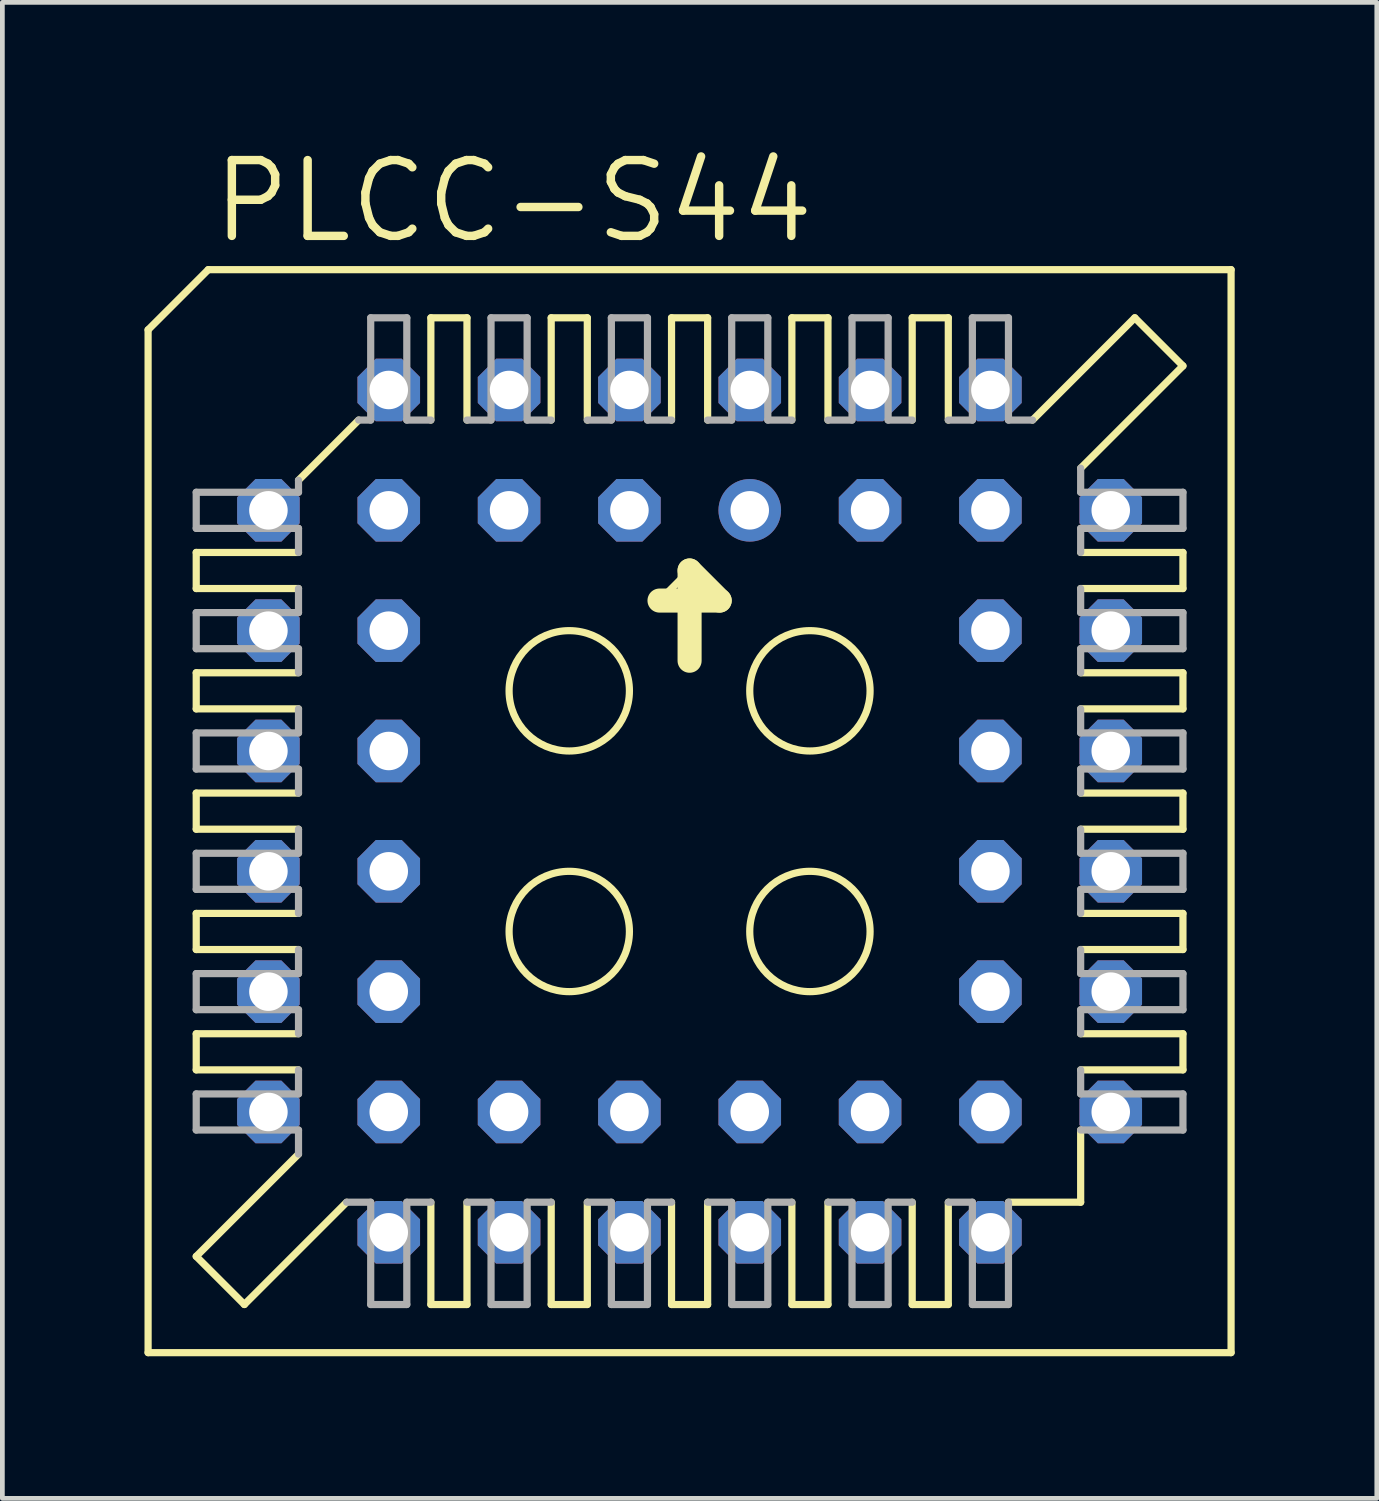
<source format=kicad_pcb>
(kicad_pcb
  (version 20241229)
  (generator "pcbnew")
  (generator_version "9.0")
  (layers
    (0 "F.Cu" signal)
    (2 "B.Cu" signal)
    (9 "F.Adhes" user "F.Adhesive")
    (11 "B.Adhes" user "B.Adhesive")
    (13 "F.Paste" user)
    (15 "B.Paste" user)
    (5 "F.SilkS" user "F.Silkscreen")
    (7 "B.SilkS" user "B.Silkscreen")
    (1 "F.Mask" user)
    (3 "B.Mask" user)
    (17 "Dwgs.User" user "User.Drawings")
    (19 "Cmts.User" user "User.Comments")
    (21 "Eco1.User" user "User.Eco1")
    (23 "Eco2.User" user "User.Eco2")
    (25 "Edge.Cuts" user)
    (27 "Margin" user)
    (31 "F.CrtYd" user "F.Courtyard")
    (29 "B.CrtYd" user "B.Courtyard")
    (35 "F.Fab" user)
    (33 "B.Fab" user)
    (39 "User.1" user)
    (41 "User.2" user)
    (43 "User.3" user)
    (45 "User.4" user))
  (footprint "PLCC-S44"
    (layer "F.Cu")
    (at 11.506 14.072)
    (property "Reference" "PLCC-S44" (at -10.16 -11.938 0) (layer "F.SilkS") (effects (font (size 1.6 1.6) (thickness 0.178)) (justify left bottom)))
    (fp_line (start -11.43 -10.16) (end -11.43 11.43) (stroke (width 0.152) (type solid)) (layer "F.SilkS"))
    (fp_line (start -10.414 -5.461) (end -10.414 -4.699) (stroke (width 0.152) (type solid)) (layer "F.SilkS"))
    (fp_line (start -10.414 -5.461) (end -8.255 -5.461) (stroke (width 0.152) (type solid)) (layer "F.SilkS"))
    (fp_line (start -10.414 -2.921) (end -10.414 -2.159) (stroke (width 0.152) (type solid)) (layer "F.SilkS"))
    (fp_line (start -10.414 -2.921) (end -8.255 -2.921) (stroke (width 0.152) (type solid)) (layer "F.SilkS"))
    (fp_line (start -10.414 0.381) (end -10.414 -0.381) (stroke (width 0.152) (type solid)) (layer "F.SilkS"))
    (fp_line (start -10.414 0.381) (end -8.255 0.381) (stroke (width 0.152) (type solid)) (layer "F.SilkS"))
    (fp_line (start -10.414 2.921) (end -10.414 2.159) (stroke (width 0.152) (type solid)) (layer "F.SilkS"))
    (fp_line (start -10.414 2.921) (end -8.255 2.921) (stroke (width 0.152) (type solid)) (layer "F.SilkS"))
    (fp_line (start -10.414 5.461) (end -10.414 4.699) (stroke (width 0.152) (type solid)) (layer "F.SilkS"))
    (fp_line (start -10.414 5.461) (end -8.255 5.461) (stroke (width 0.152) (type solid)) (layer "F.SilkS"))
    (fp_line (start -10.414 9.398) (end -8.255 7.239) (stroke (width 0.152) (type solid)) (layer "F.SilkS"))
    (fp_line (start -10.16 -11.43) (end -11.43 -10.16) (stroke (width 0.152) (type solid)) (layer "F.SilkS"))
    (fp_line (start -9.398 10.414) (end -10.414 9.398) (stroke (width 0.152) (type solid)) (layer "F.SilkS"))
    (fp_line (start -9.398 10.414) (end -7.239 8.255) (stroke (width 0.152) (type solid)) (layer "F.SilkS"))
    (fp_line (start -8.255 -6.985) (end -6.985 -8.255) (stroke (width 0.152) (type solid)) (layer "F.SilkS"))
    (fp_line (start -8.255 -4.699) (end -10.414 -4.699) (stroke (width 0.152) (type solid)) (layer "F.SilkS"))
    (fp_line (start -8.255 -2.159) (end -10.414 -2.159) (stroke (width 0.152) (type solid)) (layer "F.SilkS"))
    (fp_line (start -8.255 -0.381) (end -10.414 -0.381) (stroke (width 0.152) (type solid)) (layer "F.SilkS"))
    (fp_line (start -8.255 2.159) (end -10.414 2.159) (stroke (width 0.152) (type solid)) (layer "F.SilkS"))
    (fp_line (start -8.255 4.699) (end -10.414 4.699) (stroke (width 0.152) (type solid)) (layer "F.SilkS"))
    (fp_line (start -5.461 -8.255) (end -5.461 -10.414) (stroke (width 0.152) (type solid)) (layer "F.SilkS"))
    (fp_line (start -5.461 10.414) (end -5.461 8.255) (stroke (width 0.152) (type solid)) (layer "F.SilkS"))
    (fp_line (start -5.461 10.414) (end -4.699 10.414) (stroke (width 0.152) (type solid)) (layer "F.SilkS"))
    (fp_line (start -4.699 -10.414) (end -5.461 -10.414) (stroke (width 0.152) (type solid)) (layer "F.SilkS"))
    (fp_line (start -4.699 -10.414) (end -4.699 -8.255) (stroke (width 0.152) (type solid)) (layer "F.SilkS"))
    (fp_line (start -4.699 8.255) (end -4.699 10.414) (stroke (width 0.152) (type solid)) (layer "F.SilkS"))
    (fp_line (start -2.921 -8.255) (end -2.921 -10.414) (stroke (width 0.152) (type solid)) (layer "F.SilkS"))
    (fp_line (start -2.921 10.414) (end -2.921 8.255) (stroke (width 0.152) (type solid)) (layer "F.SilkS"))
    (fp_line (start -2.921 10.414) (end -2.159 10.414) (stroke (width 0.152) (type solid)) (layer "F.SilkS"))
    (fp_line (start -2.159 -10.414) (end -2.921 -10.414) (stroke (width 0.152) (type solid)) (layer "F.SilkS"))
    (fp_line (start -2.159 -10.414) (end -2.159 -8.255) (stroke (width 0.152) (type solid)) (layer "F.SilkS"))
    (fp_line (start -2.159 8.255) (end -2.159 10.414) (stroke (width 0.152) (type solid)) (layer "F.SilkS"))
    (fp_line (start -0.635 -4.445) (end 0 -5.08) (stroke (width 0.152) (type solid)) (layer "F.SilkS"))
    (fp_line (start -0.381 -8.255) (end -0.381 -10.414) (stroke (width 0.152) (type solid)) (layer "F.SilkS"))
    (fp_line (start -0.381 10.414) (end -0.381 8.255) (stroke (width 0.152) (type solid)) (layer "F.SilkS"))
    (fp_line (start -0.381 10.414) (end 0.381 10.414) (stroke (width 0.152) (type solid)) (layer "F.SilkS"))
    (fp_line (start 0 -5.08) (end 0 -3.175) (stroke (width 0.508) (type solid)) (layer "F.SilkS"))
    (fp_line (start 0 -5.08) (end 0.635 -4.445) (stroke (width 0.508) (type solid)) (layer "F.SilkS"))
    (fp_line (start 0.381 -10.414) (end -0.381 -10.414) (stroke (width 0.152) (type solid)) (layer "F.SilkS"))
    (fp_line (start 0.381 -10.414) (end 0.381 -8.255) (stroke (width 0.152) (type solid)) (layer "F.SilkS"))
    (fp_line (start 0.381 8.255) (end 0.381 10.414) (stroke (width 0.152) (type solid)) (layer "F.SilkS"))
    (fp_line (start 0.635 -4.445) (end -0.635 -4.445) (stroke (width 0.508) (type solid)) (layer "F.SilkS"))
    (fp_line (start 2.159 -8.255) (end 2.159 -10.414) (stroke (width 0.152) (type solid)) (layer "F.SilkS"))
    (fp_line (start 2.159 10.414) (end 2.159 8.255) (stroke (width 0.152) (type solid)) (layer "F.SilkS"))
    (fp_line (start 2.159 10.414) (end 2.921 10.414) (stroke (width 0.152) (type solid)) (layer "F.SilkS"))
    (fp_line (start 2.921 -10.414) (end 2.159 -10.414) (stroke (width 0.152) (type solid)) (layer "F.SilkS"))
    (fp_line (start 2.921 -10.414) (end 2.921 -8.255) (stroke (width 0.152) (type solid)) (layer "F.SilkS"))
    (fp_line (start 2.921 8.255) (end 2.921 10.414) (stroke (width 0.152) (type solid)) (layer "F.SilkS"))
    (fp_line (start 4.699 -8.255) (end 4.699 -10.414) (stroke (width 0.152) (type solid)) (layer "F.SilkS"))
    (fp_line (start 4.699 10.414) (end 4.699 8.255) (stroke (width 0.152) (type solid)) (layer "F.SilkS"))
    (fp_line (start 4.699 10.414) (end 5.461 10.414) (stroke (width 0.152) (type solid)) (layer "F.SilkS"))
    (fp_line (start 5.461 -10.414) (end 4.699 -10.414) (stroke (width 0.152) (type solid)) (layer "F.SilkS"))
    (fp_line (start 5.461 -10.414) (end 5.461 -8.255) (stroke (width 0.152) (type solid)) (layer "F.SilkS"))
    (fp_line (start 5.461 8.255) (end 5.461 10.414) (stroke (width 0.152) (type solid)) (layer "F.SilkS"))
    (fp_line (start 6.731 8.255) (end 8.255 8.255) (stroke (width 0.152) (type solid)) (layer "F.SilkS"))
    (fp_line (start 8.255 -4.699) (end 10.414 -4.699) (stroke (width 0.152) (type solid)) (layer "F.SilkS"))
    (fp_line (start 8.255 -2.159) (end 10.414 -2.159) (stroke (width 0.152) (type solid)) (layer "F.SilkS"))
    (fp_line (start 8.255 0.381) (end 10.414 0.381) (stroke (width 0.152) (type solid)) (layer "F.SilkS"))
    (fp_line (start 8.255 2.159) (end 10.414 2.159) (stroke (width 0.152) (type solid)) (layer "F.SilkS"))
    (fp_line (start 8.255 4.699) (end 10.414 4.699) (stroke (width 0.152) (type solid)) (layer "F.SilkS"))
    (fp_line (start 8.255 8.255) (end 8.255 6.731) (stroke (width 0.152) (type solid)) (layer "F.SilkS"))
    (fp_line (start 9.398 -10.414) (end 7.239 -8.255) (stroke (width 0.152) (type solid)) (layer "F.SilkS"))
    (fp_line (start 10.414 -9.398) (end 8.255 -7.239) (stroke (width 0.152) (type solid)) (layer "F.SilkS"))
    (fp_line (start 10.414 -9.398) (end 9.398 -10.414) (stroke (width 0.152) (type solid)) (layer "F.SilkS"))
    (fp_line (start 10.414 -5.461) (end 8.255 -5.461) (stroke (width 0.152) (type solid)) (layer "F.SilkS"))
    (fp_line (start 10.414 -5.461) (end 10.414 -4.699) (stroke (width 0.152) (type solid)) (layer "F.SilkS"))
    (fp_line (start 10.414 -2.921) (end 8.255 -2.921) (stroke (width 0.152) (type solid)) (layer "F.SilkS"))
    (fp_line (start 10.414 -2.921) (end 10.414 -2.159) (stroke (width 0.152) (type solid)) (layer "F.SilkS"))
    (fp_line (start 10.414 -0.381) (end 8.255 -0.381) (stroke (width 0.152) (type solid)) (layer "F.SilkS"))
    (fp_line (start 10.414 -0.381) (end 10.414 0.381) (stroke (width 0.152) (type solid)) (layer "F.SilkS"))
    (fp_line (start 10.414 2.921) (end 8.255 2.921) (stroke (width 0.152) (type solid)) (layer "F.SilkS"))
    (fp_line (start 10.414 2.921) (end 10.414 2.159) (stroke (width 0.152) (type solid)) (layer "F.SilkS"))
    (fp_line (start 10.414 5.461) (end 8.255 5.461) (stroke (width 0.152) (type solid)) (layer "F.SilkS"))
    (fp_line (start 10.414 5.461) (end 10.414 4.699) (stroke (width 0.152) (type solid)) (layer "F.SilkS"))
    (fp_line (start 11.43 -11.43) (end -10.16 -11.43) (stroke (width 0.152) (type solid)) (layer "F.SilkS"))
    (fp_line (start 11.43 11.43) (end -11.43 11.43) (stroke (width 0.152) (type solid)) (layer "F.SilkS"))
    (fp_line (start 11.43 11.43) (end 11.43 -11.43) (stroke (width 0.152) (type solid)) (layer "F.SilkS"))
    (fp_circle (center -2.54 -2.54) (end -1.27 -2.54) (stroke (width 0.152) (type solid)) (fill no) (layer "F.SilkS"))
    (fp_circle (center -2.54 2.54) (end -1.27 2.54) (stroke (width 0.152) (type solid)) (fill no) (layer "F.SilkS"))
    (fp_circle (center 2.54 -2.54) (end 3.81 -2.54) (stroke (width 0.152) (type solid)) (fill no) (layer "F.SilkS"))
    (fp_circle (center 2.54 2.54) (end 3.81 2.54) (stroke (width 0.152) (type solid)) (fill no) (layer "F.SilkS"))
    (fp_line (start -10.414 -6.731) (end -10.414 -5.969) (stroke (width 0.152) (type solid)) (layer "F.Fab"))
    (fp_line (start -10.414 -6.731) (end -8.255 -6.731) (stroke (width 0.152) (type solid)) (layer "F.Fab"))
    (fp_line (start -10.414 -4.191) (end -10.414 -3.429) (stroke (width 0.152) (type solid)) (layer "F.Fab"))
    (fp_line (start -10.414 -4.191) (end -8.255 -4.191) (stroke (width 0.152) (type solid)) (layer "F.Fab"))
    (fp_line (start -10.414 -0.889) (end -10.414 -1.651) (stroke (width 0.152) (type solid)) (layer "F.Fab"))
    (fp_line (start -10.414 -0.889) (end -8.255 -0.889) (stroke (width 0.152) (type solid)) (layer "F.Fab"))
    (fp_line (start -10.414 1.651) (end -10.414 0.889) (stroke (width 0.152) (type solid)) (layer "F.Fab"))
    (fp_line (start -10.414 1.651) (end -8.255 1.651) (stroke (width 0.152) (type solid)) (layer "F.Fab"))
    (fp_line (start -10.414 4.191) (end -10.414 3.429) (stroke (width 0.152) (type solid)) (layer "F.Fab"))
    (fp_line (start -10.414 4.191) (end -8.255 4.191) (stroke (width 0.152) (type solid)) (layer "F.Fab"))
    (fp_line (start -10.414 6.731) (end -10.414 5.969) (stroke (width 0.152) (type solid)) (layer "F.Fab"))
    (fp_line (start -10.414 6.731) (end -8.255 6.731) (stroke (width 0.152) (type solid)) (layer "F.Fab"))
    (fp_line (start -8.255 -6.731) (end -8.255 -6.985) (stroke (width 0.152) (type solid)) (layer "F.Fab"))
    (fp_line (start -8.255 -5.969) (end -10.414 -5.969) (stroke (width 0.152) (type solid)) (layer "F.Fab"))
    (fp_line (start -8.255 -5.969) (end -8.255 -5.461) (stroke (width 0.152) (type solid)) (layer "F.Fab"))
    (fp_line (start -8.255 -4.699) (end -8.255 -4.191) (stroke (width 0.152) (type solid)) (layer "F.Fab"))
    (fp_line (start -8.255 -3.429) (end -10.414 -3.429) (stroke (width 0.152) (type solid)) (layer "F.Fab"))
    (fp_line (start -8.255 -3.429) (end -8.255 -2.921) (stroke (width 0.152) (type solid)) (layer "F.Fab"))
    (fp_line (start -8.255 -2.159) (end -8.255 -1.651) (stroke (width 0.152) (type solid)) (layer "F.Fab"))
    (fp_line (start -8.255 -1.651) (end -10.414 -1.651) (stroke (width 0.152) (type solid)) (layer "F.Fab"))
    (fp_line (start -8.255 -0.381) (end -8.255 -0.889) (stroke (width 0.152) (type solid)) (layer "F.Fab"))
    (fp_line (start -8.255 0.889) (end -10.414 0.889) (stroke (width 0.152) (type solid)) (layer "F.Fab"))
    (fp_line (start -8.255 0.889) (end -8.255 0.381) (stroke (width 0.152) (type solid)) (layer "F.Fab"))
    (fp_line (start -8.255 2.159) (end -8.255 1.651) (stroke (width 0.152) (type solid)) (layer "F.Fab"))
    (fp_line (start -8.255 3.429) (end -10.414 3.429) (stroke (width 0.152) (type solid)) (layer "F.Fab"))
    (fp_line (start -8.255 3.429) (end -8.255 2.921) (stroke (width 0.152) (type solid)) (layer "F.Fab"))
    (fp_line (start -8.255 4.699) (end -8.255 4.191) (stroke (width 0.152) (type solid)) (layer "F.Fab"))
    (fp_line (start -8.255 5.969) (end -10.414 5.969) (stroke (width 0.152) (type solid)) (layer "F.Fab"))
    (fp_line (start -8.255 5.969) (end -8.255 5.461) (stroke (width 0.152) (type solid)) (layer "F.Fab"))
    (fp_line (start -8.255 7.239) (end -8.255 6.731) (stroke (width 0.152) (type solid)) (layer "F.Fab"))
    (fp_line (start -7.239 8.255) (end -6.731 8.255) (stroke (width 0.152) (type solid)) (layer "F.Fab"))
    (fp_line (start -6.985 -8.255) (end -6.731 -8.255) (stroke (width 0.152) (type solid)) (layer "F.Fab"))
    (fp_line (start -6.731 -8.255) (end -6.731 -10.414) (stroke (width 0.152) (type solid)) (layer "F.Fab"))
    (fp_line (start -6.731 10.414) (end -6.731 8.255) (stroke (width 0.152) (type solid)) (layer "F.Fab"))
    (fp_line (start -6.731 10.414) (end -5.969 10.414) (stroke (width 0.152) (type solid)) (layer "F.Fab"))
    (fp_line (start -5.969 -10.414) (end -6.731 -10.414) (stroke (width 0.152) (type solid)) (layer "F.Fab"))
    (fp_line (start -5.969 -10.414) (end -5.969 -8.255) (stroke (width 0.152) (type solid)) (layer "F.Fab"))
    (fp_line (start -5.969 8.255) (end -5.969 10.414) (stroke (width 0.152) (type solid)) (layer "F.Fab"))
    (fp_line (start -5.969 8.255) (end -5.461 8.255) (stroke (width 0.152) (type solid)) (layer "F.Fab"))
    (fp_line (start -5.461 -8.255) (end -5.969 -8.255) (stroke (width 0.152) (type solid)) (layer "F.Fab"))
    (fp_line (start -4.699 8.255) (end -4.191 8.255) (stroke (width 0.152) (type solid)) (layer "F.Fab"))
    (fp_line (start -4.191 -8.255) (end -4.699 -8.255) (stroke (width 0.152) (type solid)) (layer "F.Fab"))
    (fp_line (start -4.191 -8.255) (end -4.191 -10.414) (stroke (width 0.152) (type solid)) (layer "F.Fab"))
    (fp_line (start -4.191 10.414) (end -4.191 8.255) (stroke (width 0.152) (type solid)) (layer "F.Fab"))
    (fp_line (start -4.191 10.414) (end -3.429 10.414) (stroke (width 0.152) (type solid)) (layer "F.Fab"))
    (fp_line (start -3.429 -10.414) (end -4.191 -10.414) (stroke (width 0.152) (type solid)) (layer "F.Fab"))
    (fp_line (start -3.429 -10.414) (end -3.429 -8.255) (stroke (width 0.152) (type solid)) (layer "F.Fab"))
    (fp_line (start -3.429 8.255) (end -3.429 10.414) (stroke (width 0.152) (type solid)) (layer "F.Fab"))
    (fp_line (start -3.429 8.255) (end -2.921 8.255) (stroke (width 0.152) (type solid)) (layer "F.Fab"))
    (fp_line (start -2.921 -8.255) (end -3.429 -8.255) (stroke (width 0.152) (type solid)) (layer "F.Fab"))
    (fp_line (start -2.159 8.255) (end -1.651 8.255) (stroke (width 0.152) (type solid)) (layer "F.Fab"))
    (fp_line (start -1.651 -8.255) (end -2.159 -8.255) (stroke (width 0.152) (type solid)) (layer "F.Fab"))
    (fp_line (start -1.651 -8.255) (end -1.651 -10.414) (stroke (width 0.152) (type solid)) (layer "F.Fab"))
    (fp_line (start -1.651 10.414) (end -1.651 8.255) (stroke (width 0.152) (type solid)) (layer "F.Fab"))
    (fp_line (start -1.651 10.414) (end -0.889 10.414) (stroke (width 0.152) (type solid)) (layer "F.Fab"))
    (fp_line (start -0.889 -10.414) (end -1.651 -10.414) (stroke (width 0.152) (type solid)) (layer "F.Fab"))
    (fp_line (start -0.889 -10.414) (end -0.889 -8.255) (stroke (width 0.152) (type solid)) (layer "F.Fab"))
    (fp_line (start -0.889 8.255) (end -0.889 10.414) (stroke (width 0.152) (type solid)) (layer "F.Fab"))
    (fp_line (start -0.889 8.255) (end -0.381 8.255) (stroke (width 0.152) (type solid)) (layer "F.Fab"))
    (fp_line (start -0.381 -8.255) (end -0.889 -8.255) (stroke (width 0.152) (type solid)) (layer "F.Fab"))
    (fp_line (start 0.381 8.255) (end 0.889 8.255) (stroke (width 0.152) (type solid)) (layer "F.Fab"))
    (fp_line (start 0.889 -8.255) (end 0.381 -8.255) (stroke (width 0.152) (type solid)) (layer "F.Fab"))
    (fp_line (start 0.889 -8.255) (end 0.889 -10.414) (stroke (width 0.152) (type solid)) (layer "F.Fab"))
    (fp_line (start 0.889 10.414) (end 0.889 8.255) (stroke (width 0.152) (type solid)) (layer "F.Fab"))
    (fp_line (start 0.889 10.414) (end 1.651 10.414) (stroke (width 0.152) (type solid)) (layer "F.Fab"))
    (fp_line (start 1.651 -10.414) (end 0.889 -10.414) (stroke (width 0.152) (type solid)) (layer "F.Fab"))
    (fp_line (start 1.651 -10.414) (end 1.651 -8.255) (stroke (width 0.152) (type solid)) (layer "F.Fab"))
    (fp_line (start 1.651 8.255) (end 1.651 10.414) (stroke (width 0.152) (type solid)) (layer "F.Fab"))
    (fp_line (start 1.651 8.255) (end 2.159 8.255) (stroke (width 0.152) (type solid)) (layer "F.Fab"))
    (fp_line (start 2.159 -8.255) (end 1.651 -8.255) (stroke (width 0.152) (type solid)) (layer "F.Fab"))
    (fp_line (start 2.921 8.255) (end 3.429 8.255) (stroke (width 0.152) (type solid)) (layer "F.Fab"))
    (fp_line (start 3.429 -8.255) (end 2.921 -8.255) (stroke (width 0.152) (type solid)) (layer "F.Fab"))
    (fp_line (start 3.429 -8.255) (end 3.429 -10.414) (stroke (width 0.152) (type solid)) (layer "F.Fab"))
    (fp_line (start 3.429 10.414) (end 3.429 8.255) (stroke (width 0.152) (type solid)) (layer "F.Fab"))
    (fp_line (start 3.429 10.414) (end 4.191 10.414) (stroke (width 0.152) (type solid)) (layer "F.Fab"))
    (fp_line (start 4.191 -10.414) (end 3.429 -10.414) (stroke (width 0.152) (type solid)) (layer "F.Fab"))
    (fp_line (start 4.191 -10.414) (end 4.191 -8.255) (stroke (width 0.152) (type solid)) (layer "F.Fab"))
    (fp_line (start 4.191 8.255) (end 4.191 10.414) (stroke (width 0.152) (type solid)) (layer "F.Fab"))
    (fp_line (start 4.191 8.255) (end 4.699 8.255) (stroke (width 0.152) (type solid)) (layer "F.Fab"))
    (fp_line (start 4.699 -8.255) (end 4.191 -8.255) (stroke (width 0.152) (type solid)) (layer "F.Fab"))
    (fp_line (start 5.461 8.255) (end 5.969 8.255) (stroke (width 0.152) (type solid)) (layer "F.Fab"))
    (fp_line (start 5.969 -8.255) (end 5.461 -8.255) (stroke (width 0.152) (type solid)) (layer "F.Fab"))
    (fp_line (start 5.969 -8.255) (end 5.969 -10.414) (stroke (width 0.152) (type solid)) (layer "F.Fab"))
    (fp_line (start 5.969 10.414) (end 5.969 8.255) (stroke (width 0.152) (type solid)) (layer "F.Fab"))
    (fp_line (start 5.969 10.414) (end 6.731 10.414) (stroke (width 0.152) (type solid)) (layer "F.Fab"))
    (fp_line (start 6.731 -10.414) (end 5.969 -10.414) (stroke (width 0.152) (type solid)) (layer "F.Fab"))
    (fp_line (start 6.731 -10.414) (end 6.731 -8.255) (stroke (width 0.152) (type solid)) (layer "F.Fab"))
    (fp_line (start 6.731 8.255) (end 6.731 10.414) (stroke (width 0.152) (type solid)) (layer "F.Fab"))
    (fp_line (start 7.239 -8.255) (end 6.731 -8.255) (stroke (width 0.152) (type solid)) (layer "F.Fab"))
    (fp_line (start 8.255 -7.239) (end 8.255 -6.731) (stroke (width 0.152) (type solid)) (layer "F.Fab"))
    (fp_line (start 8.255 -5.969) (end 8.255 -5.461) (stroke (width 0.152) (type solid)) (layer "F.Fab"))
    (fp_line (start 8.255 -5.969) (end 10.414 -5.969) (stroke (width 0.152) (type solid)) (layer "F.Fab"))
    (fp_line (start 8.255 -4.699) (end 8.255 -4.191) (stroke (width 0.152) (type solid)) (layer "F.Fab"))
    (fp_line (start 8.255 -3.429) (end 8.255 -2.921) (stroke (width 0.152) (type solid)) (layer "F.Fab"))
    (fp_line (start 8.255 -3.429) (end 10.414 -3.429) (stroke (width 0.152) (type solid)) (layer "F.Fab"))
    (fp_line (start 8.255 -2.159) (end 8.255 -1.651) (stroke (width 0.152) (type solid)) (layer "F.Fab"))
    (fp_line (start 8.255 -0.889) (end 8.255 -0.381) (stroke (width 0.152) (type solid)) (layer "F.Fab"))
    (fp_line (start 8.255 -0.889) (end 10.414 -0.889) (stroke (width 0.152) (type solid)) (layer "F.Fab"))
    (fp_line (start 8.255 0.381) (end 8.255 0.889) (stroke (width 0.152) (type solid)) (layer "F.Fab"))
    (fp_line (start 8.255 1.651) (end 8.255 2.159) (stroke (width 0.152) (type solid)) (layer "F.Fab"))
    (fp_line (start 8.255 1.651) (end 10.414 1.651) (stroke (width 0.152) (type solid)) (layer "F.Fab"))
    (fp_line (start 8.255 3.429) (end 8.255 2.921) (stroke (width 0.152) (type solid)) (layer "F.Fab"))
    (fp_line (start 8.255 3.429) (end 10.414 3.429) (stroke (width 0.152) (type solid)) (layer "F.Fab"))
    (fp_line (start 8.255 4.699) (end 8.255 4.191) (stroke (width 0.152) (type solid)) (layer "F.Fab"))
    (fp_line (start 8.255 5.969) (end 8.255 5.461) (stroke (width 0.152) (type solid)) (layer "F.Fab"))
    (fp_line (start 8.255 5.969) (end 10.414 5.969) (stroke (width 0.152) (type solid)) (layer "F.Fab"))
    (fp_line (start 10.414 -6.731) (end 8.255 -6.731) (stroke (width 0.152) (type solid)) (layer "F.Fab"))
    (fp_line (start 10.414 -6.731) (end 10.414 -5.969) (stroke (width 0.152) (type solid)) (layer "F.Fab"))
    (fp_line (start 10.414 -4.191) (end 8.255 -4.191) (stroke (width 0.152) (type solid)) (layer "F.Fab"))
    (fp_line (start 10.414 -4.191) (end 10.414 -3.429) (stroke (width 0.152) (type solid)) (layer "F.Fab"))
    (fp_line (start 10.414 -1.651) (end 8.255 -1.651) (stroke (width 0.152) (type solid)) (layer "F.Fab"))
    (fp_line (start 10.414 -1.651) (end 10.414 -0.889) (stroke (width 0.152) (type solid)) (layer "F.Fab"))
    (fp_line (start 10.414 0.889) (end 8.255 0.889) (stroke (width 0.152) (type solid)) (layer "F.Fab"))
    (fp_line (start 10.414 0.889) (end 10.414 1.651) (stroke (width 0.152) (type solid)) (layer "F.Fab"))
    (fp_line (start 10.414 4.191) (end 8.255 4.191) (stroke (width 0.152) (type solid)) (layer "F.Fab"))
    (fp_line (start 10.414 4.191) (end 10.414 3.429) (stroke (width 0.152) (type solid)) (layer "F.Fab"))
    (fp_line (start 10.414 6.731) (end 8.255 6.731) (stroke (width 0.152) (type solid)) (layer "F.Fab"))
    (fp_line (start 10.414 6.731) (end 10.414 5.969) (stroke (width 0.152) (type solid)) (layer "F.Fab"))
    (pad "1" thru_hole circle (at 1.27 -6.35) (size 1.321 1.321) (drill 0.813) (layers "*.Cu" "*.Mask"))
    (pad "2" thru_hole roundrect (at -1.27 -8.89) (size 1.321 1.321) (drill 0.813) (layers "*.Cu" "*.Mask") (roundrect_rratio 0.25) (chamfer_ratio 0.293) (chamfer top_left top_right bottom_left bottom_right))
    (pad "3" thru_hole roundrect (at -1.27 -6.35) (size 1.321 1.321) (drill 0.813) (layers "*.Cu" "*.Mask") (roundrect_rratio 0.25) (chamfer_ratio 0.293) (chamfer top_left top_right bottom_left bottom_right))
    (pad "4" thru_hole roundrect (at -3.81 -8.89) (size 1.321 1.321) (drill 0.813) (layers "*.Cu" "*.Mask") (roundrect_rratio 0.25) (chamfer_ratio 0.293) (chamfer top_left top_right bottom_left bottom_right))
    (pad "5" thru_hole roundrect (at -3.81 -6.35) (size 1.321 1.321) (drill 0.813) (layers "*.Cu" "*.Mask") (roundrect_rratio 0.25) (chamfer_ratio 0.293) (chamfer top_left top_right bottom_left bottom_right))
    (pad "6" thru_hole roundrect (at -6.35 -8.89) (size 1.321 1.321) (drill 0.813) (layers "*.Cu" "*.Mask") (roundrect_rratio 0.25) (chamfer_ratio 0.293) (chamfer top_left top_right bottom_left bottom_right))
    (pad "7" thru_hole roundrect (at -8.89 -6.35) (size 1.321 1.321) (drill 0.813) (layers "*.Cu" "*.Mask") (roundrect_rratio 0.25) (chamfer_ratio 0.293) (chamfer top_left top_right bottom_left bottom_right))
    (pad "8" thru_hole roundrect (at -6.35 -6.35) (size 1.321 1.321) (drill 0.813) (layers "*.Cu" "*.Mask") (roundrect_rratio 0.25) (chamfer_ratio 0.293) (chamfer top_left top_right bottom_left bottom_right))
    (pad "9" thru_hole roundrect (at -8.89 -3.81) (size 1.321 1.321) (drill 0.813) (layers "*.Cu" "*.Mask") (roundrect_rratio 0.25) (chamfer_ratio 0.293) (chamfer top_left top_right bottom_left bottom_right))
    (pad "10" thru_hole roundrect (at -6.35 -3.81) (size 1.321 1.321) (drill 0.813) (layers "*.Cu" "*.Mask") (roundrect_rratio 0.25) (chamfer_ratio 0.293) (chamfer top_left top_right bottom_left bottom_right))
    (pad "11" thru_hole roundrect (at -8.89 -1.27) (size 1.321 1.321) (drill 0.813) (layers "*.Cu" "*.Mask") (roundrect_rratio 0.25) (chamfer_ratio 0.293) (chamfer top_left top_right bottom_left bottom_right))
    (pad "12" thru_hole roundrect (at -6.35 -1.27) (size 1.321 1.321) (drill 0.813) (layers "*.Cu" "*.Mask") (roundrect_rratio 0.25) (chamfer_ratio 0.293) (chamfer top_left top_right bottom_left bottom_right))
    (pad "13" thru_hole roundrect (at -8.89 1.27) (size 1.321 1.321) (drill 0.813) (layers "*.Cu" "*.Mask") (roundrect_rratio 0.25) (chamfer_ratio 0.293) (chamfer top_left top_right bottom_left bottom_right))
    (pad "14" thru_hole roundrect (at -6.35 1.27) (size 1.321 1.321) (drill 0.813) (layers "*.Cu" "*.Mask") (roundrect_rratio 0.25) (chamfer_ratio 0.293) (chamfer top_left top_right bottom_left bottom_right))
    (pad "15" thru_hole roundrect (at -8.89 3.81) (size 1.321 1.321) (drill 0.813) (layers "*.Cu" "*.Mask") (roundrect_rratio 0.25) (chamfer_ratio 0.293) (chamfer top_left top_right bottom_left bottom_right))
    (pad "16" thru_hole roundrect (at -6.35 3.81) (size 1.321 1.321) (drill 0.813) (layers "*.Cu" "*.Mask") (roundrect_rratio 0.25) (chamfer_ratio 0.293) (chamfer top_left top_right bottom_left bottom_right))
    (pad "17" thru_hole roundrect (at -8.89 6.35) (size 1.321 1.321) (drill 0.813) (layers "*.Cu" "*.Mask") (roundrect_rratio 0.25) (chamfer_ratio 0.293) (chamfer top_left top_right bottom_left bottom_right))
    (pad "18" thru_hole roundrect (at -6.35 8.89) (size 1.321 1.321) (drill 0.813) (layers "*.Cu" "*.Mask") (roundrect_rratio 0.25) (chamfer_ratio 0.293) (chamfer top_left top_right bottom_left bottom_right))
    (pad "19" thru_hole roundrect (at -6.35 6.35) (size 1.321 1.321) (drill 0.813) (layers "*.Cu" "*.Mask") (roundrect_rratio 0.25) (chamfer_ratio 0.293) (chamfer top_left top_right bottom_left bottom_right))
    (pad "20" thru_hole roundrect (at -3.81 8.89) (size 1.321 1.321) (drill 0.813) (layers "*.Cu" "*.Mask") (roundrect_rratio 0.25) (chamfer_ratio 0.293) (chamfer top_left top_right bottom_left bottom_right))
    (pad "21" thru_hole roundrect (at -3.81 6.35) (size 1.321 1.321) (drill 0.813) (layers "*.Cu" "*.Mask") (roundrect_rratio 0.25) (chamfer_ratio 0.293) (chamfer top_left top_right bottom_left bottom_right))
    (pad "22" thru_hole roundrect (at -1.27 8.89) (size 1.321 1.321) (drill 0.813) (layers "*.Cu" "*.Mask") (roundrect_rratio 0.25) (chamfer_ratio 0.293) (chamfer top_left top_right bottom_left bottom_right))
    (pad "23" thru_hole roundrect (at -1.27 6.35) (size 1.321 1.321) (drill 0.813) (layers "*.Cu" "*.Mask") (roundrect_rratio 0.25) (chamfer_ratio 0.293) (chamfer top_left top_right bottom_left bottom_right))
    (pad "24" thru_hole roundrect (at 1.27 8.89) (size 1.321 1.321) (drill 0.813) (layers "*.Cu" "*.Mask") (roundrect_rratio 0.25) (chamfer_ratio 0.293) (chamfer top_left top_right bottom_left bottom_right))
    (pad "25" thru_hole roundrect (at 1.27 6.35) (size 1.321 1.321) (drill 0.813) (layers "*.Cu" "*.Mask") (roundrect_rratio 0.25) (chamfer_ratio 0.293) (chamfer top_left top_right bottom_left bottom_right))
    (pad "26" thru_hole roundrect (at 3.81 8.89) (size 1.321 1.321) (drill 0.813) (layers "*.Cu" "*.Mask") (roundrect_rratio 0.25) (chamfer_ratio 0.293) (chamfer top_left top_right bottom_left bottom_right))
    (pad "27" thru_hole roundrect (at 3.81 6.35) (size 1.321 1.321) (drill 0.813) (layers "*.Cu" "*.Mask") (roundrect_rratio 0.25) (chamfer_ratio 0.293) (chamfer top_left top_right bottom_left bottom_right))
    (pad "28" thru_hole roundrect (at 6.35 8.89) (size 1.321 1.321) (drill 0.813) (layers "*.Cu" "*.Mask") (roundrect_rratio 0.25) (chamfer_ratio 0.293) (chamfer top_left top_right bottom_left bottom_right))
    (pad "29" thru_hole roundrect (at 8.89 6.35) (size 1.321 1.321) (drill 0.813) (layers "*.Cu" "*.Mask") (roundrect_rratio 0.25) (chamfer_ratio 0.293) (chamfer top_left top_right bottom_left bottom_right))
    (pad "30" thru_hole roundrect (at 6.35 6.35) (size 1.321 1.321) (drill 0.813) (layers "*.Cu" "*.Mask") (roundrect_rratio 0.25) (chamfer_ratio 0.293) (chamfer top_left top_right bottom_left bottom_right))
    (pad "31" thru_hole roundrect (at 8.89 3.81) (size 1.321 1.321) (drill 0.813) (layers "*.Cu" "*.Mask") (roundrect_rratio 0.25) (chamfer_ratio 0.293) (chamfer top_left top_right bottom_left bottom_right))
    (pad "32" thru_hole roundrect (at 6.35 3.81) (size 1.321 1.321) (drill 0.813) (layers "*.Cu" "*.Mask") (roundrect_rratio 0.25) (chamfer_ratio 0.293) (chamfer top_left top_right bottom_left bottom_right))
    (pad "33" thru_hole roundrect (at 8.89 1.27) (size 1.321 1.321) (drill 0.813) (layers "*.Cu" "*.Mask") (roundrect_rratio 0.25) (chamfer_ratio 0.293) (chamfer top_left top_right bottom_left bottom_right))
    (pad "34" thru_hole roundrect (at 6.35 1.27) (size 1.321 1.321) (drill 0.813) (layers "*.Cu" "*.Mask") (roundrect_rratio 0.25) (chamfer_ratio 0.293) (chamfer top_left top_right bottom_left bottom_right))
    (pad "35" thru_hole roundrect (at 8.89 -1.27) (size 1.321 1.321) (drill 0.813) (layers "*.Cu" "*.Mask") (roundrect_rratio 0.25) (chamfer_ratio 0.293) (chamfer top_left top_right bottom_left bottom_right))
    (pad "36" thru_hole roundrect (at 6.35 -1.27) (size 1.321 1.321) (drill 0.813) (layers "*.Cu" "*.Mask") (roundrect_rratio 0.25) (chamfer_ratio 0.293) (chamfer top_left top_right bottom_left bottom_right))
    (pad "37" thru_hole roundrect (at 8.89 -3.81) (size 1.321 1.321) (drill 0.813) (layers "*.Cu" "*.Mask") (roundrect_rratio 0.25) (chamfer_ratio 0.293) (chamfer top_left top_right bottom_left bottom_right))
    (pad "38" thru_hole roundrect (at 6.35 -3.81) (size 1.321 1.321) (drill 0.813) (layers "*.Cu" "*.Mask") (roundrect_rratio 0.25) (chamfer_ratio 0.293) (chamfer top_left top_right bottom_left bottom_right))
    (pad "39" thru_hole roundrect (at 8.89 -6.35) (size 1.321 1.321) (drill 0.813) (layers "*.Cu" "*.Mask") (roundrect_rratio 0.25) (chamfer_ratio 0.293) (chamfer top_left top_right bottom_left bottom_right))
    (pad "40" thru_hole roundrect (at 6.35 -8.89) (size 1.321 1.321) (drill 0.813) (layers "*.Cu" "*.Mask") (roundrect_rratio 0.25) (chamfer_ratio 0.293) (chamfer top_left top_right bottom_left bottom_right))
    (pad "41" thru_hole roundrect (at 6.35 -6.35) (size 1.321 1.321) (drill 0.813) (layers "*.Cu" "*.Mask") (roundrect_rratio 0.25) (chamfer_ratio 0.293) (chamfer top_left top_right bottom_left bottom_right))
    (pad "42" thru_hole roundrect (at 3.81 -8.89) (size 1.321 1.321) (drill 0.813) (layers "*.Cu" "*.Mask") (roundrect_rratio 0.25) (chamfer_ratio 0.293) (chamfer top_left top_right bottom_left bottom_right))
    (pad "43" thru_hole roundrect (at 3.81 -6.35) (size 1.321 1.321) (drill 0.813) (layers "*.Cu" "*.Mask") (roundrect_rratio 0.25) (chamfer_ratio 0.293) (chamfer top_left top_right bottom_left bottom_right))
    (pad "44" thru_hole roundrect (at 1.27 -8.89) (size 1.321 1.321) (drill 0.813) (layers "*.Cu" "*.Mask") (roundrect_rratio 0.25) (chamfer_ratio 0.293) (chamfer top_left top_right bottom_left bottom_right)))
  (gr_rect
    (start -3 -3)
    (end 26.012 28.578)
    (stroke (width 0.1) (type default))
    (fill no)
    (layer "Edge.Cuts")))
</source>
